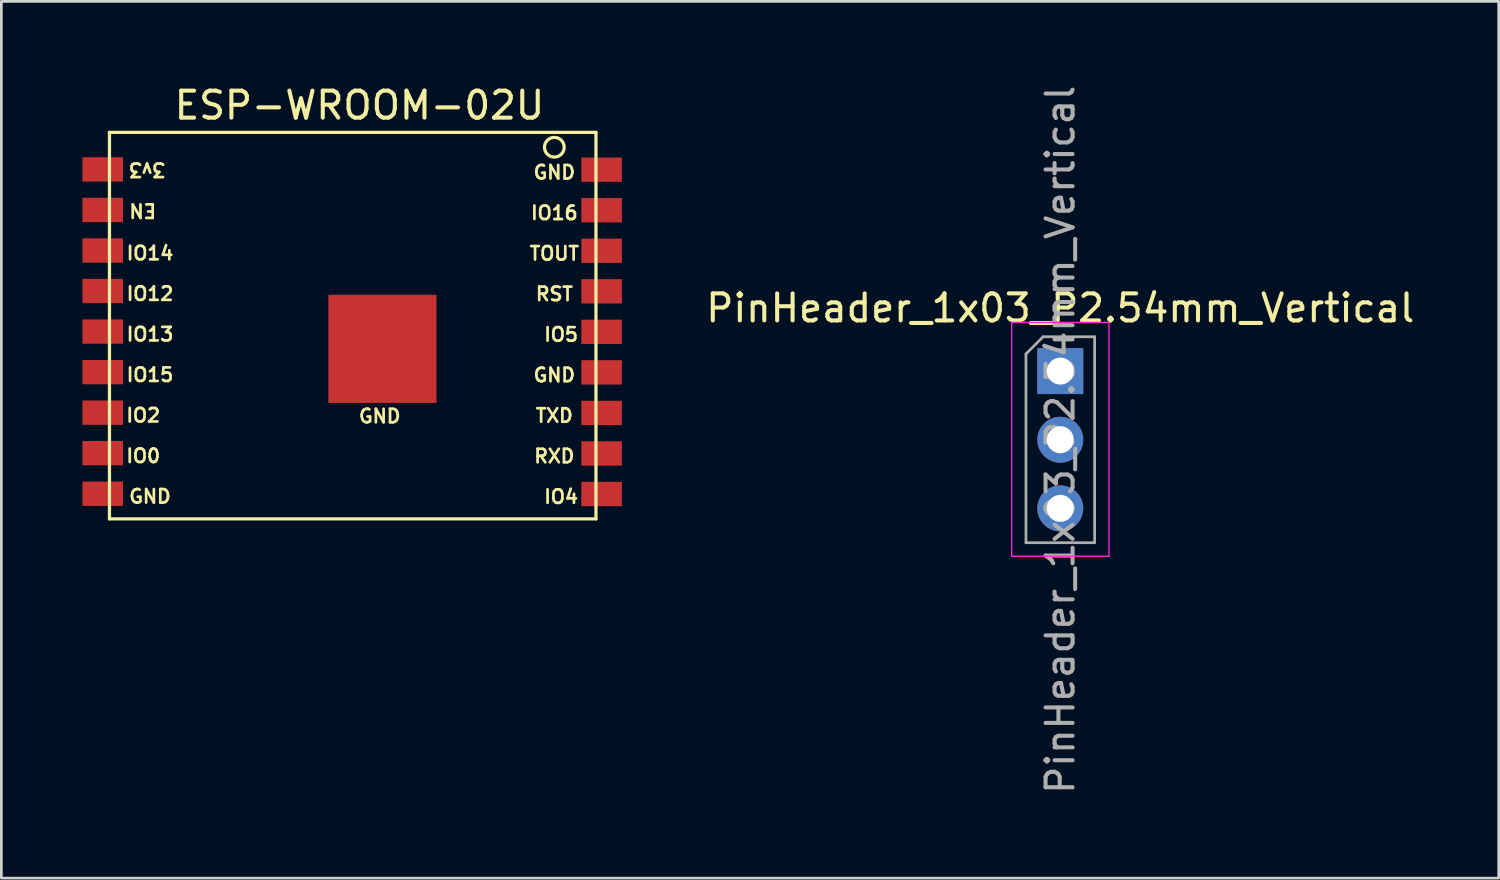
<source format=kicad_pcb>
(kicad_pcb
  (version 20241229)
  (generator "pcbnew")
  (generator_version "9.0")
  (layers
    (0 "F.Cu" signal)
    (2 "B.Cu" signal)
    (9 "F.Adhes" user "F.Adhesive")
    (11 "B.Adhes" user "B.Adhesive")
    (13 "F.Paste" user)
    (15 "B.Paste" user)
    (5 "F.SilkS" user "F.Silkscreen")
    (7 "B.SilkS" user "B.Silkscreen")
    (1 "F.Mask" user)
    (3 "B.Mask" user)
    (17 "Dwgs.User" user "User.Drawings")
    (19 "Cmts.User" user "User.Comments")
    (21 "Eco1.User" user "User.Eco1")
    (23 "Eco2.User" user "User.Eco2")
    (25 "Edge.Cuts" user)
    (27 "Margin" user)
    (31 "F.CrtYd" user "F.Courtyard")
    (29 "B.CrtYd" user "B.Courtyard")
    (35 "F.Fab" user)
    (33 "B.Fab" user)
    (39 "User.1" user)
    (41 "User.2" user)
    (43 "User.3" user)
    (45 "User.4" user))
  (footprint "ESP-WROOM-02U"
    (layer "F.Cu")
    (at 1 1.848)
    (property "Reference" "ESP-WROOM-02U" (at 9.25 -1 0) (layer "F.SilkS") (effects (font (size 1 1) (thickness 0.15))))
    (attr smd)
    (fp_line (start 0 0) (end 0 14.3) (stroke (width 0.12) (type solid)) (layer "F.SilkS"))
    (fp_line (start 18 0) (end 0 0) (stroke (width 0.12) (type solid)) (layer "F.SilkS"))
    (fp_line (start 18 0) (end 18 14.3) (stroke (width 0.12) (type solid)) (layer "F.SilkS"))
    (fp_line (start 18 14.3) (end 0 14.3) (stroke (width 0.12) (type solid)) (layer "F.SilkS"))
    (fp_circle (center 16.46 0.55) (end 16.8 0.42) (stroke (width 0.12) (type solid)) (fill no) (layer "F.SilkS"))
    (fp_text user "IO15" (at 1.5 8.97 0) (unlocked yes) (layer "F.SilkS") (effects (font (size 0.5 0.5) (thickness 0.1))))
    (fp_text user "TOUT" (at 16.46 4.48 0) (unlocked yes) (layer "F.SilkS") (effects (font (size 0.5 0.5) (thickness 0.1))))
    (fp_text user "IO14" (at 1.5 4.47 0) (unlocked yes) (layer "F.SilkS") (effects (font (size 0.5 0.5) (thickness 0.1))))
    (fp_text user "RST" (at 16.46 5.98 0) (unlocked yes) (layer "F.SilkS") (effects (font (size 0.5 0.5) (thickness 0.1))))
    (fp_text user "GND" (at 16.46 8.98 0) (unlocked yes) (layer "F.SilkS") (effects (font (size 0.5 0.5) (thickness 0.1))))
    (fp_text user "IO5" (at 16.71 7.48 0) (unlocked yes) (layer "F.SilkS") (effects (font (size 0.5 0.5) (thickness 0.1))))
    (fp_text user "IO12" (at 1.5 5.97 0) (unlocked yes) (layer "F.SilkS") (effects (font (size 0.5 0.5) (thickness 0.1))))
    (fp_text user "RXD" (at 16.46 11.98 0) (unlocked yes) (layer "F.SilkS") (effects (font (size 0.5 0.5) (thickness 0.1))))
    (fp_text user "GND" (at 10 10.5 0) (layer "F.SilkS") (effects (font (size 0.5 0.5) (thickness 0.1))))
    (fp_text user "IO2" (at 1.25 10.47 0) (unlocked yes) (layer "F.SilkS") (effects (font (size 0.5 0.5) (thickness 0.1))))
    (fp_text user "IO4" (at 16.71 13.48 0) (unlocked yes) (layer "F.SilkS") (effects (font (size 0.5 0.5) (thickness 0.1))))
    (fp_text user "GND" (at 16.46 1.48 0) (unlocked yes) (layer "F.SilkS") (effects (font (size 0.5 0.5) (thickness 0.1))))
    (fp_text user "IO16" (at 16.46 2.98 0) (unlocked yes) (layer "F.SilkS") (effects (font (size 0.5 0.5) (thickness 0.1))))
    (fp_text user "3v3" (at 1.39 1.38 180) (unlocked yes) (layer "F.SilkS") (effects (font (size 0.5 0.5) (thickness 0.1))))
    (fp_text user "GND" (at 1.5 13.47 0) (unlocked yes) (layer "F.SilkS") (effects (font (size 0.5 0.5) (thickness 0.1))))
    (fp_text user "IO13" (at 1.5 7.47 0) (unlocked yes) (layer "F.SilkS") (effects (font (size 0.5 0.5) (thickness 0.1))))
    (fp_text user "TXD" (at 16.46 10.48 0) (unlocked yes) (layer "F.SilkS") (effects (font (size 0.5 0.5) (thickness 0.1))))
    (fp_text user "EN" (at 1.23 2.89 180) (unlocked yes) (layer "F.SilkS") (effects (font (size 0.5 0.5) (thickness 0.1))))
    (fp_text user "IO0" (at 1.25 11.97 0) (unlocked yes) (layer "F.SilkS") (effects (font (size 0.5 0.5) (thickness 0.1))))
    (pad "1" smd rect (at -0.25 1.37) (size 1.5 0.9) (layers "F.Cu" "F.Mask" "F.Paste"))
    (pad "2" smd rect (at -0.25 2.87) (size 1.5 0.9) (layers "F.Cu" "F.Mask" "F.Paste"))
    (pad "3" smd rect (at -0.25 4.37) (size 1.5 0.9) (layers "F.Cu" "F.Mask" "F.Paste"))
    (pad "4" smd rect (at -0.25 5.87) (size 1.5 0.9) (layers "F.Cu" "F.Mask" "F.Paste"))
    (pad "5" smd rect (at -0.25 7.37) (size 1.5 0.9) (layers "F.Cu" "F.Mask" "F.Paste"))
    (pad "6" smd rect (at -0.25 8.87) (size 1.5 0.9) (layers "F.Cu" "F.Mask" "F.Paste"))
    (pad "7" smd rect (at -0.25 10.37) (size 1.5 0.9) (layers "F.Cu" "F.Mask" "F.Paste"))
    (pad "8" smd rect (at -0.25 11.87) (size 1.5 0.9) (layers "F.Cu" "F.Mask" "F.Paste"))
    (pad "9" smd rect (at -0.25 13.37) (size 1.5 0.9) (layers "F.Cu" "F.Mask" "F.Paste"))
    (pad "10" smd rect (at 18.21 13.38) (size 1.5 0.9) (layers "F.Cu" "F.Mask" "F.Paste"))
    (pad "11" smd rect (at 18.21 11.88) (size 1.5 0.9) (layers "F.Cu" "F.Mask" "F.Paste"))
    (pad "12" smd rect (at 18.21 10.38) (size 1.5 0.9) (layers "F.Cu" "F.Mask" "F.Paste"))
    (pad "13" smd rect (at 18.21 8.88) (size 1.5 0.9) (layers "F.Cu" "F.Mask" "F.Paste"))
    (pad "14" smd rect (at 18.21 7.38) (size 1.5 0.9) (layers "F.Cu" "F.Mask" "F.Paste"))
    (pad "15" smd rect (at 18.21 5.88) (size 1.5 0.9) (layers "F.Cu" "F.Mask" "F.Paste"))
    (pad "16" smd rect (at 18.21 4.38) (size 1.5 0.9) (layers "F.Cu" "F.Mask" "F.Paste"))
    (pad "17" smd rect (at 18.21 2.88) (size 1.5 0.9) (layers "F.Cu" "F.Mask" "F.Paste"))
    (pad "18" smd rect (at 18.21 1.38) (size 1.5 0.9) (layers "F.Cu" "F.Mask" "F.Paste"))
    (pad "19" smd rect (at 10.1 8.01) (size 4 4) (layers "F.Cu" "F.Mask" "F.Paste")))
  (footprint "PinHeader_1x03_P2.54mm_Vertical"
    (layer "F.Cu")
    (at 36.18 10.68)
    (property "Reference" "PinHeader_1x03_P2.54mm_Vertical" (at 0 -2.33 0) (layer "F.SilkS") (effects (font (size 1 1) (thickness 0.15))))
    (attr through_hole)
    (fp_line (start -1.8 -1.8) (end -1.8 6.85) (stroke (width 0.05) (type solid)) (layer "F.CrtYd"))
    (fp_line (start -1.8 6.85) (end 1.8 6.85) (stroke (width 0.05) (type solid)) (layer "F.CrtYd"))
    (fp_line (start 1.8 -1.8) (end -1.8 -1.8) (stroke (width 0.05) (type solid)) (layer "F.CrtYd"))
    (fp_line (start 1.8 6.85) (end 1.8 -1.8) (stroke (width 0.05) (type solid)) (layer "F.CrtYd"))
    (fp_line (start -1.27 -0.635) (end -0.635 -1.27) (stroke (width 0.1) (type solid)) (layer "F.Fab"))
    (fp_line (start -1.27 6.35) (end -1.27 -0.635) (stroke (width 0.1) (type solid)) (layer "F.Fab"))
    (fp_line (start -0.635 -1.27) (end 1.27 -1.27) (stroke (width 0.1) (type solid)) (layer "F.Fab"))
    (fp_line (start 1.27 -1.27) (end 1.27 6.35) (stroke (width 0.1) (type solid)) (layer "F.Fab"))
    (fp_line (start 1.27 6.35) (end -1.27 6.35) (stroke (width 0.1) (type solid)) (layer "F.Fab"))
    (fp_text user "${REFERENCE}" (at 0 2.54 90) (layer "F.Fab") (effects (font (size 1 1) (thickness 0.15))))
    (pad "1" thru_hole rect (at 0 0) (size 1.7 1.7) (drill 1) (layers "*.Cu" "*.Mask"))
    (pad "2" thru_hole oval (at 0 2.54) (size 1.7 1.7) (drill 1) (layers "*.Cu" "*.Mask"))
    (pad "3" thru_hole oval (at 0 5.08) (size 1.7 1.7) (drill 1) (layers "*.Cu" "*.Mask")))
  (gr_rect
    (start -3 -3)
    (end 52.4 29.44)
    (stroke (width 0.1) (type default))
    (fill no)
    (layer "Edge.Cuts")))
</source>
